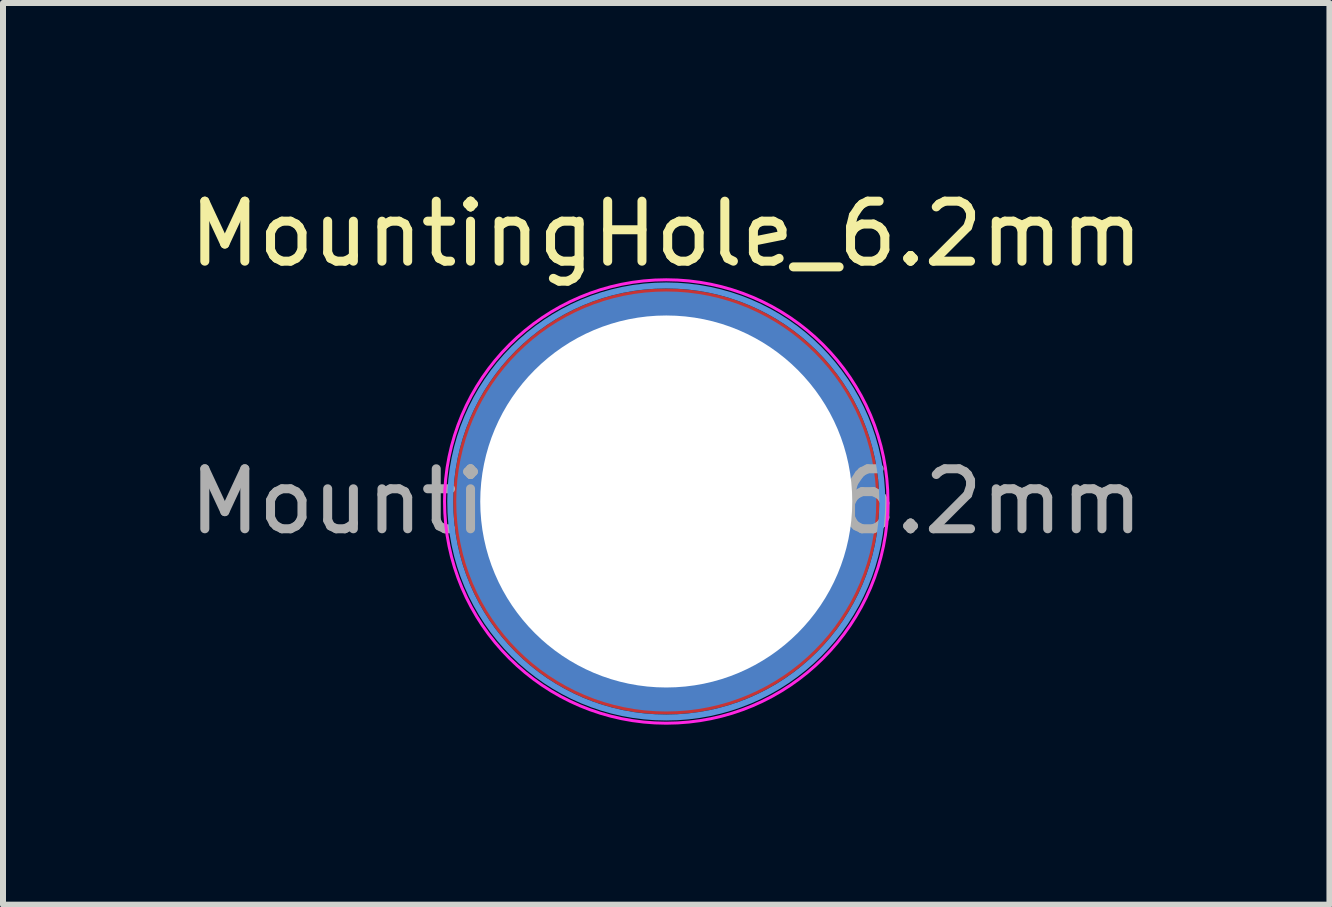
<source format=kicad_pcb>
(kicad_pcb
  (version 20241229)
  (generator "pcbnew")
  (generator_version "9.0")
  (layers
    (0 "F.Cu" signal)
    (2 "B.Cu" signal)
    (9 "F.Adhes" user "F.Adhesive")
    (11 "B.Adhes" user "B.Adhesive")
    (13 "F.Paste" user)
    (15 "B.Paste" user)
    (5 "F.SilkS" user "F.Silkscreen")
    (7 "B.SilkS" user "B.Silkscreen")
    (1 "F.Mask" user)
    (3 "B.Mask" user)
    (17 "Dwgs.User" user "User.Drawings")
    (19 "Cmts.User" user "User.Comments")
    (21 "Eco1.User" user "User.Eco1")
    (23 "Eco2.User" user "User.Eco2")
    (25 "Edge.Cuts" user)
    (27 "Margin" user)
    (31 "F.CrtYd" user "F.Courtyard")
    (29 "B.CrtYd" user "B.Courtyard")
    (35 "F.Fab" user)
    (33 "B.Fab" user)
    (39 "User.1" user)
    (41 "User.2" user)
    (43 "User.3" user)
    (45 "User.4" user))
  (footprint "MountingHole_6.2mm"
    (layer "F.Cu")
    (at 8.054 5.308)
    (property "Reference" "MountingHole_6.2mm" (at 0 -4.46 0) (layer "F.SilkS") (effects (font (size 1 1) (thickness 0.15))))
    (attr through_hole exclude_from_pos_files exclude_from_bom)
    (fp_circle (center 0 0) (end 3.6 -0.05) (stroke (width 0.1) (type default)) (fill no) (layer "Cmts.User"))
    (fp_circle (center 0 0) (end 3.695 0) (stroke (width 0.05) (type solid)) (fill no) (layer "F.CrtYd"))
    (fp_text user "${REFERENCE}" (at 0 0 0) (layer "F.Fab") (effects (font (size 1 1) (thickness 0.15))))
    (pad "1" thru_hole circle (at 0 0) (size 7.1 7.1) (drill 6.2) (layers "*.Cu" "*.Mask" "F.Paste") (padstack (mode front_inner_back) (layer "Inner" (shape circle) (size 7 7)) (layer "B.Cu" (shape circle) (size 7 7)))))
  (gr_rect
    (start -3 -3)
    (end 19.107 12.028)
    (stroke (width 0.1) (type default))
    (fill no)
    (layer "Edge.Cuts")))
</source>
